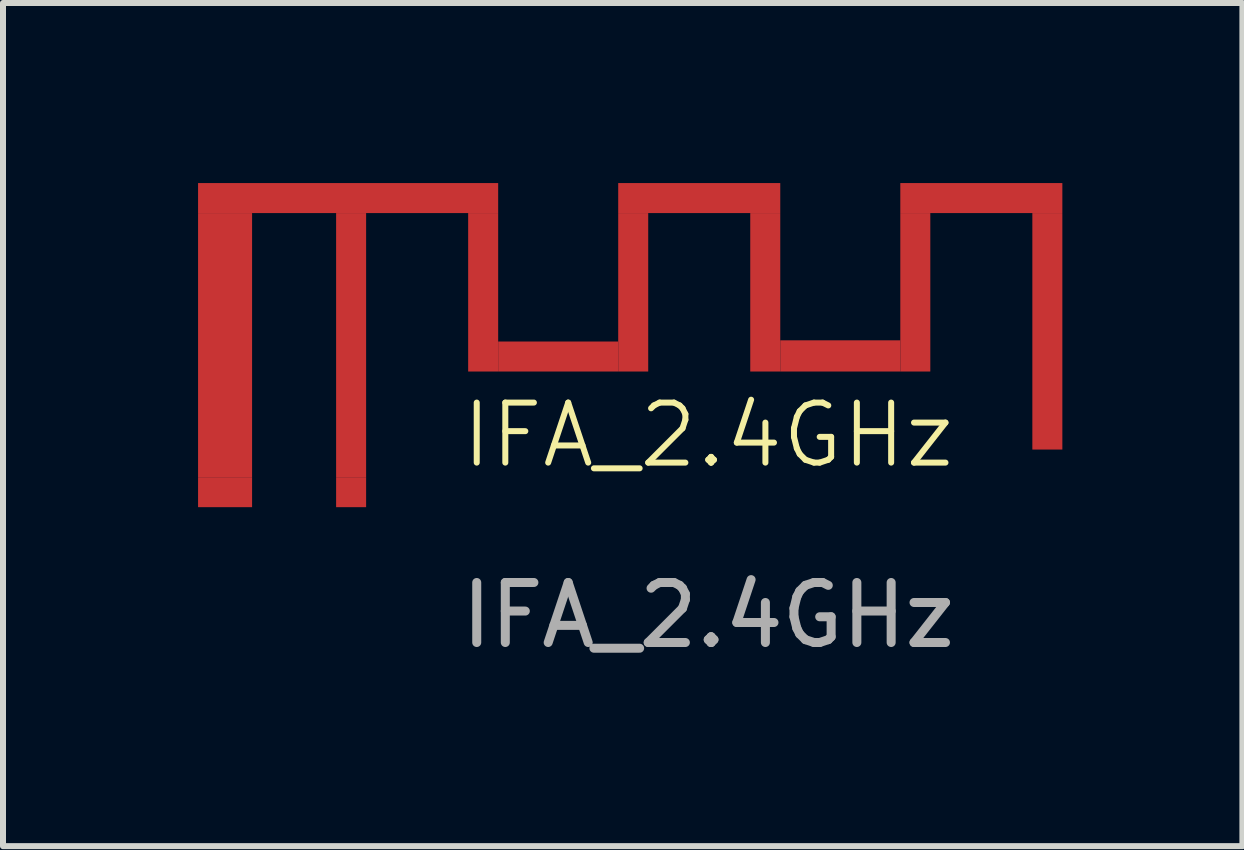
<source format=kicad_pcb>
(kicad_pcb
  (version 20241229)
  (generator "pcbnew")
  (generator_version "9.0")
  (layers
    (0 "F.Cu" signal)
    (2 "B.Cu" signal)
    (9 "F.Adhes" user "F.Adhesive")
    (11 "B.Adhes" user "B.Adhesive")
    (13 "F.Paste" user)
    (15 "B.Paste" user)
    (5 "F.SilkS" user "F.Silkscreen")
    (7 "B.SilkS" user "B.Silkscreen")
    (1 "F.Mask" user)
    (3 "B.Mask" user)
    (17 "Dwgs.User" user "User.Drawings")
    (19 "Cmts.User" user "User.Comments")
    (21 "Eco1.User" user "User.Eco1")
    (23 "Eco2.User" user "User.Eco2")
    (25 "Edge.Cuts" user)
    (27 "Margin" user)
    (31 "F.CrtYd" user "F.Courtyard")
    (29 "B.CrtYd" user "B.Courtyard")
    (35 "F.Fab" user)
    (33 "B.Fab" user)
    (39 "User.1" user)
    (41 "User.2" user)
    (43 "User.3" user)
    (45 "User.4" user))
  (footprint "IFA_2.4GHz"
    (layer "F.Cu")
    (at 0.25 5.4)
    (property "Reference" "IFA_2.4GHz" (at 8.5 -1.2 0) (unlocked yes) (layer "F.SilkS") (effects (font (size 1 1) (thickness 0.1))))
    (attr smd)
    (fp_rect (start 0 -4.9) (end 5 -5.4) (stroke (width 0) (type solid)) (fill yes) (layer "F.Cu"))
    (fp_rect (start 0 -0.5) (end 0.9 -4.9) (stroke (width 0) (type solid)) (fill yes) (layer "F.Cu"))
    (fp_rect (start 2.3 -0.5) (end 2.8 -4.9) (stroke (width 0) (type solid)) (fill yes) (layer "F.Cu"))
    (fp_rect (start 4.5 -2.26) (end 5 -4.9) (stroke (width 0) (type solid)) (fill yes) (layer "F.Cu"))
    (fp_rect (start 5 -2.26) (end 7 -2.76) (stroke (width 0) (type solid)) (fill yes) (layer "F.Cu"))
    (fp_rect (start 7 -4.9) (end 9.7 -5.4) (stroke (width 0) (type solid)) (fill yes) (layer "F.Cu"))
    (fp_rect (start 7 -2.26) (end 7.5 -4.9) (stroke (width 0) (type solid)) (fill yes) (layer "F.Cu"))
    (fp_rect (start 9.2 -2.26) (end 9.7 -4.9) (stroke (width 0) (type solid)) (fill yes) (layer "F.Cu"))
    (fp_rect (start 9.7 -2.26) (end 11.7 -2.78) (stroke (width 0) (type solid)) (fill yes) (layer "F.Cu"))
    (fp_rect (start 11.7 -4.9) (end 14.4 -5.4) (stroke (width 0) (type solid)) (fill yes) (layer "F.Cu"))
    (fp_rect (start 11.7 -2.26) (end 12.2 -4.9) (stroke (width 0) (type solid)) (fill yes) (layer "F.Cu"))
    (fp_rect (start 13.9 -0.96) (end 14.4 -4.9) (stroke (width 0) (type solid)) (fill yes) (layer "F.Cu"))
    (fp_text user "${REFERENCE}" (at 8.5 1.8 0) (unlocked yes) (layer "F.Fab") (effects (font (size 1 1) (thickness 0.15))))
    (pad "1" smd custom (at 0.45 -0.25) (size 0.9 0.5) (layers "F.Cu" "F.Mask" "F.Paste") (options (anchor rect)) (primitives))
    (pad "2" smd rect (at 2.55 -0.25) (size 0.5 0.5) (layers "F.Cu" "F.Mask" "F.Paste")))
  (gr_rect
    (start -3 -3)
    (end 17.65 11.048)
    (stroke (width 0.1) (type default))
    (fill no)
    (layer "Edge.Cuts")))
</source>
